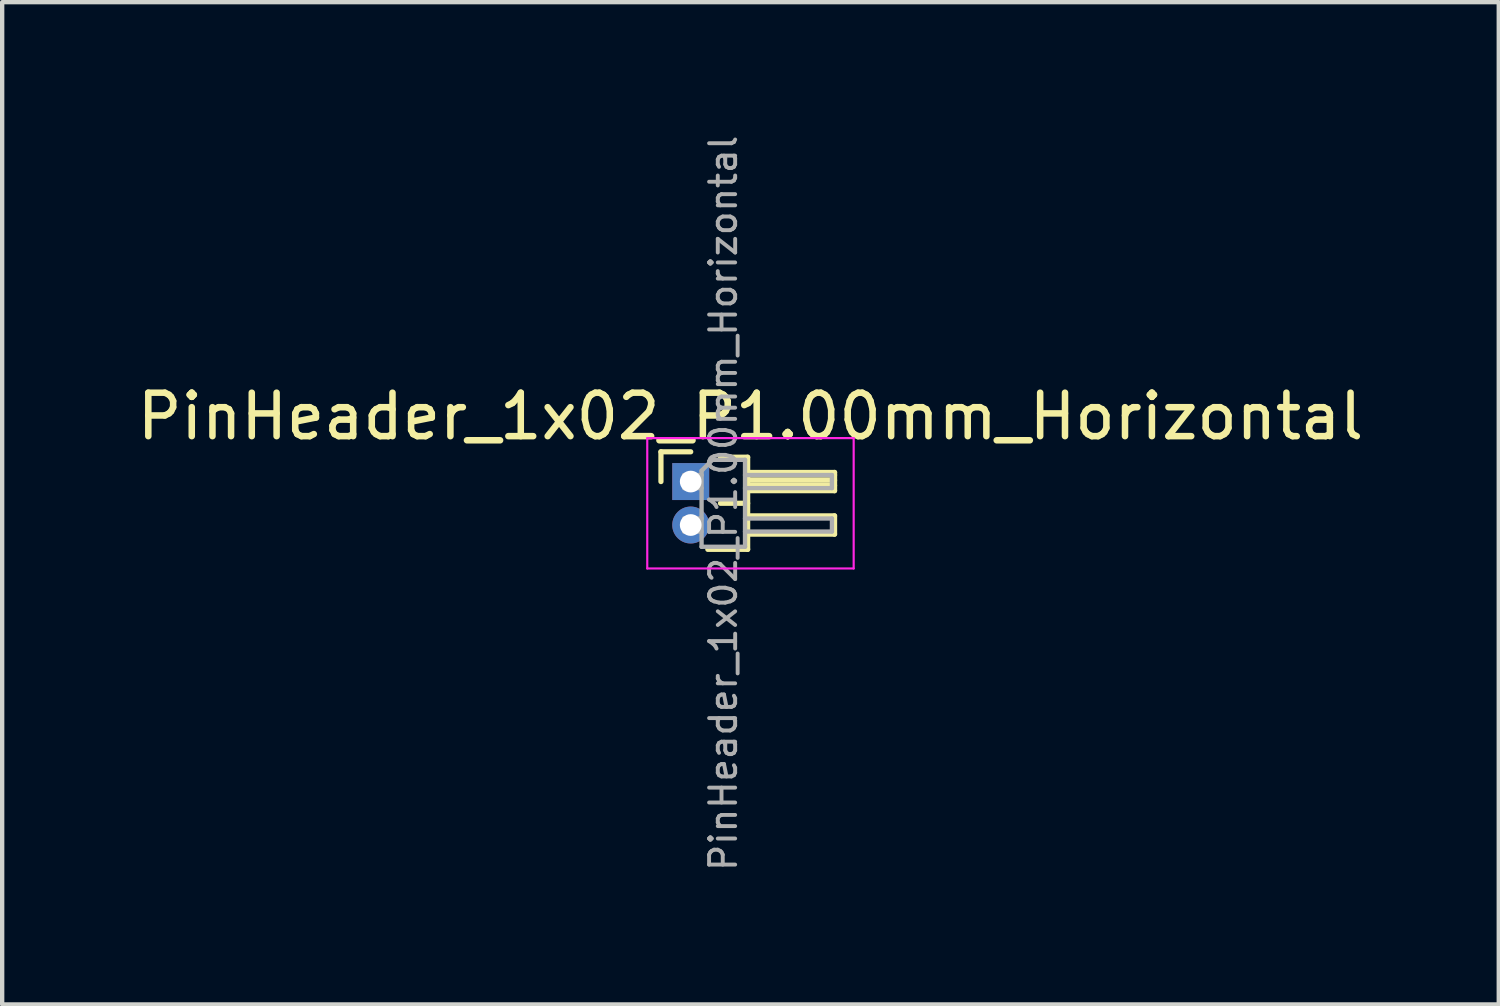
<source format=kicad_pcb>
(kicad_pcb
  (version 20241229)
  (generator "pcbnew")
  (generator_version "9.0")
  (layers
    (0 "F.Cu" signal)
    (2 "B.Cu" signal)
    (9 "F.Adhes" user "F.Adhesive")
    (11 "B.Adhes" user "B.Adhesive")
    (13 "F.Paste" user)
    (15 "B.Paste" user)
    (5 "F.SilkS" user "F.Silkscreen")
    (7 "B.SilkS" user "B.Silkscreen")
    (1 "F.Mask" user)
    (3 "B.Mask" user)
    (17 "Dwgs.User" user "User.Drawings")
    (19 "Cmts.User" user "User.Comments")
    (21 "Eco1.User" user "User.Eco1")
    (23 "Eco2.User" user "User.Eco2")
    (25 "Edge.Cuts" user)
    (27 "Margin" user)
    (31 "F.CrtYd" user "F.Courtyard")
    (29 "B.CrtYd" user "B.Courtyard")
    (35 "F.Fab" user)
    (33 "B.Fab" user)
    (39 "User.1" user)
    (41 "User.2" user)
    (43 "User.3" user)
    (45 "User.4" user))
  (footprint "PinHeader_1x02_P1.00mm_Horizontal"
    (layer "F.Cu")
    (at 12.845 8.032)
    (property "Reference" "PinHeader_1x02_P1.00mm_Horizontal" (at 1.375 -1.5 0) (layer "F.SilkS") (effects (font (size 1 1) (thickness 0.15))))
    (attr through_hole)
    (fp_line (start -0.685 -0.685) (end 0 -0.685) (stroke (width 0.12) (type solid)) (layer "F.SilkS"))
    (fp_line (start -0.685 0) (end -0.685 -0.685) (stroke (width 0.12) (type solid)) (layer "F.SilkS"))
    (fp_line (start 0.685 -0.56) (end 1.31 -0.56) (stroke (width 0.12) (type solid)) (layer "F.SilkS"))
    (fp_line (start 0.685 0.5) (end 1.31 0.5) (stroke (width 0.12) (type solid)) (layer "F.SilkS"))
    (fp_line (start 1.31 -0.56) (end 1.31 1.56) (stroke (width 0.12) (type solid)) (layer "F.SilkS"))
    (fp_line (start 1.31 -0.21) (end 3.31 -0.21) (stroke (width 0.12) (type solid)) (layer "F.SilkS"))
    (fp_line (start 1.31 -0.15) (end 3.31 -0.15) (stroke (width 0.12) (type solid)) (layer "F.SilkS"))
    (fp_line (start 1.31 -0.03) (end 3.31 -0.03) (stroke (width 0.12) (type solid)) (layer "F.SilkS"))
    (fp_line (start 1.31 0.09) (end 3.31 0.09) (stroke (width 0.12) (type solid)) (layer "F.SilkS"))
    (fp_line (start 1.31 0.79) (end 3.31 0.79) (stroke (width 0.12) (type solid)) (layer "F.SilkS"))
    (fp_line (start 1.31 1.56) (end 0.394 1.56) (stroke (width 0.12) (type solid)) (layer "F.SilkS"))
    (fp_line (start 3.31 -0.21) (end 3.31 0.21) (stroke (width 0.12) (type solid)) (layer "F.SilkS"))
    (fp_line (start 3.31 0.21) (end 1.31 0.21) (stroke (width 0.12) (type solid)) (layer "F.SilkS"))
    (fp_line (start 3.31 0.79) (end 3.31 1.21) (stroke (width 0.12) (type solid)) (layer "F.SilkS"))
    (fp_line (start 3.31 1.21) (end 1.31 1.21) (stroke (width 0.12) (type solid)) (layer "F.SilkS"))
    (fp_line (start -1 -1) (end -1 2) (stroke (width 0.05) (type solid)) (layer "F.CrtYd"))
    (fp_line (start -1 2) (end 3.75 2) (stroke (width 0.05) (type solid)) (layer "F.CrtYd"))
    (fp_line (start 3.75 -1) (end -1 -1) (stroke (width 0.05) (type solid)) (layer "F.CrtYd"))
    (fp_line (start 3.75 2) (end 3.75 -1) (stroke (width 0.05) (type solid)) (layer "F.CrtYd"))
    (fp_line (start -0.15 -0.15) (end -0.15 0.15) (stroke (width 0.1) (type solid)) (layer "F.Fab"))
    (fp_line (start -0.15 -0.15) (end 0.25 -0.15) (stroke (width 0.1) (type solid)) (layer "F.Fab"))
    (fp_line (start -0.15 0.15) (end 0.25 0.15) (stroke (width 0.1) (type solid)) (layer "F.Fab"))
    (fp_line (start -0.15 0.85) (end -0.15 1.15) (stroke (width 0.1) (type solid)) (layer "F.Fab"))
    (fp_line (start -0.15 0.85) (end 0.25 0.85) (stroke (width 0.1) (type solid)) (layer "F.Fab"))
    (fp_line (start -0.15 1.15) (end 0.25 1.15) (stroke (width 0.1) (type solid)) (layer "F.Fab"))
    (fp_line (start 0.25 -0.25) (end 0.5 -0.5) (stroke (width 0.1) (type solid)) (layer "F.Fab"))
    (fp_line (start 0.25 1.5) (end 0.25 -0.25) (stroke (width 0.1) (type solid)) (layer "F.Fab"))
    (fp_line (start 0.5 -0.5) (end 1.25 -0.5) (stroke (width 0.1) (type solid)) (layer "F.Fab"))
    (fp_line (start 1.25 -0.5) (end 1.25 1.5) (stroke (width 0.1) (type solid)) (layer "F.Fab"))
    (fp_line (start 1.25 -0.15) (end 3.25 -0.15) (stroke (width 0.1) (type solid)) (layer "F.Fab"))
    (fp_line (start 1.25 0.15) (end 3.25 0.15) (stroke (width 0.1) (type solid)) (layer "F.Fab"))
    (fp_line (start 1.25 0.85) (end 3.25 0.85) (stroke (width 0.1) (type solid)) (layer "F.Fab"))
    (fp_line (start 1.25 1.15) (end 3.25 1.15) (stroke (width 0.1) (type solid)) (layer "F.Fab"))
    (fp_line (start 1.25 1.5) (end 0.25 1.5) (stroke (width 0.1) (type solid)) (layer "F.Fab"))
    (fp_line (start 3.25 -0.15) (end 3.25 0.15) (stroke (width 0.1) (type solid)) (layer "F.Fab"))
    (fp_line (start 3.25 0.85) (end 3.25 1.15) (stroke (width 0.1) (type solid)) (layer "F.Fab"))
    (fp_text user "${REFERENCE}" (at 0.75 0.5 90) (layer "F.Fab") (effects (font (size 0.6 0.6) (thickness 0.09))))
    (pad "1" thru_hole rect (at 0 0) (size 0.85 0.85) (drill 0.5) (layers "*.Cu" "*.Mask"))
    (pad "2" thru_hole oval (at 0 1) (size 0.85 0.85) (drill 0.5) (layers "*.Cu" "*.Mask")))
  (gr_rect
    (start -3 -3)
    (end 31.44 20.064)
    (stroke (width 0.1) (type default))
    (fill no)
    (layer "Edge.Cuts")))
</source>
